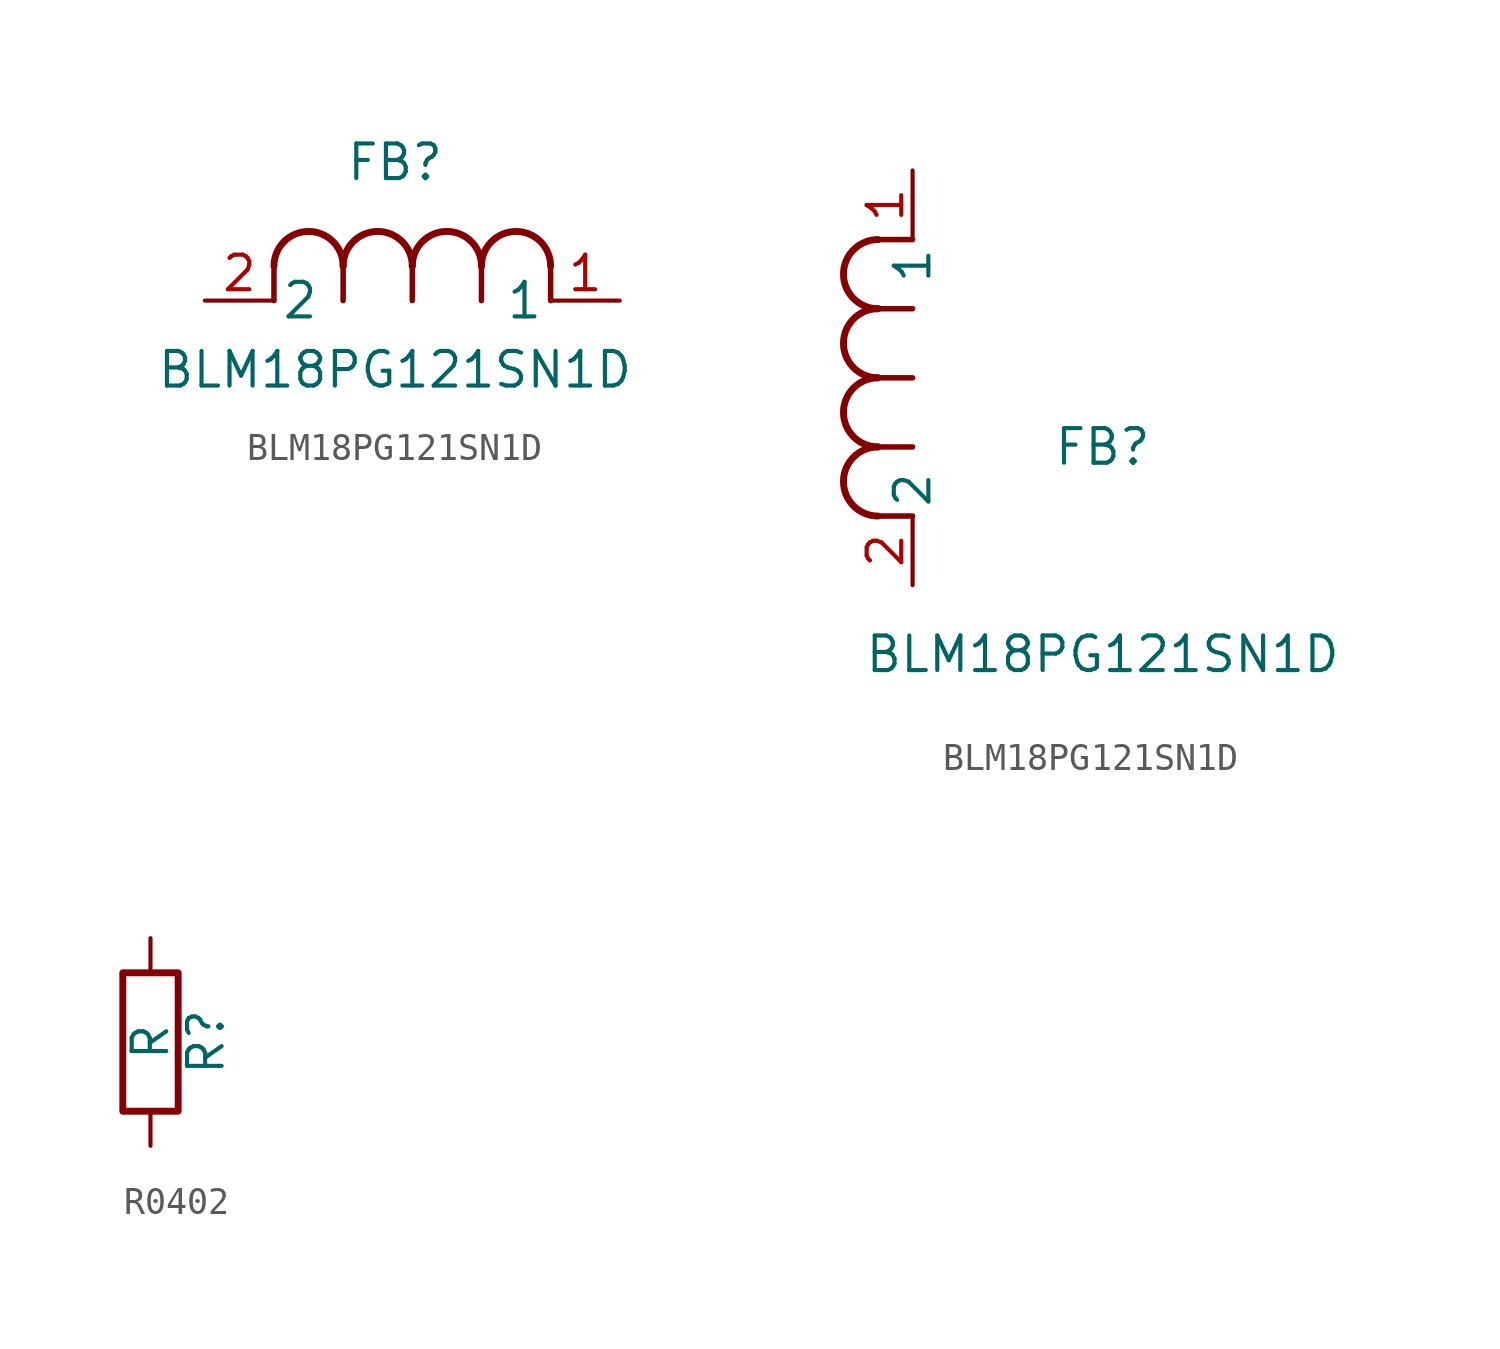
<source format=kicad_sym>
(kicad_symbol_lib
  (version 20231120)
  (generator "kicad_symbol_editor")
  (generator_version "8.0")
  (symbol "BLM18PG121SN1D"
    (pin_names
      (offset 0.254))
    (property "Reference" "FB"
      (at -0.635 5.08 0)
      (effects (font (size 1.27 1.27))))
    (property "Value" "BLM18PG121SN1D"
      (at -0.635 -2.54 0)
      (effects (font (size 1.27 1.27))))
    (symbol "BLM18PG121SN1D_1_1"
      (arc (start -2.54 1.27) (mid -3.81 2.5344) (end -5.08 1.27) (stroke (width 0.254) (type default)) (fill (type none)))
      (polyline (pts (xy -5.08 0) (xy -5.08 1.27)) (stroke (width 0.203) (type default)) (fill (type none)))
      (polyline (pts (xy -2.54 0) (xy -2.54 1.27)) (stroke (width 0.203) (type default)) (fill (type none)))
      (polyline (pts (xy 0 0) (xy 0 1.27)) (stroke (width 0.203) (type default)) (fill (type none)))
      (polyline (pts (xy 2.54 0) (xy 2.54 1.27)) (stroke (width 0.203) (type default)) (fill (type none)))
      (polyline (pts (xy 5.08 0) (xy 5.08 1.27)) (stroke (width 0.203) (type default)) (fill (type none)))
      (arc (start 0 1.27) (mid -1.27 2.5344) (end -2.54 1.27) (stroke (width 0.254) (type default)) (fill (type none)))
      (arc (start 2.54 1.27) (mid 1.27 2.5344) (end 0 1.27) (stroke (width 0.254) (type default)) (fill (type none)))
      (arc (start 5.08 1.27) (mid 3.81 2.5344) (end 2.54 1.27) (stroke (width 0.254) (type default)) (fill (type none)))
      (pin unspecified line (at 7.62 0 180) (length 2.54) (name "1" (effects (font (size 1.27 1.27)))) (number "1" (effects (font (size 1.27 1.27)))))
      (pin unspecified line (at -7.62 0 0) (length 2.54) (name "2" (effects (font (size 1.27 1.27)))) (number "2" (effects (font (size 1.27 1.27))))))
    (symbol "BLM18PG121SN1D_1_2"
      (arc (start -8.89 5.08) (mid -10.1544 3.81) (end -8.89 2.54) (stroke (width 0.254) (type default)) (fill (type none)))
      (arc (start -8.89 7.62) (mid -10.1544 6.35) (end -8.89 5.08) (stroke (width 0.254) (type default)) (fill (type none)))
      (arc (start -8.89 10.16) (mid -10.1544 8.89) (end -8.89 7.62) (stroke (width 0.254) (type default)) (fill (type none)))
      (arc (start -8.89 12.7) (mid -10.1544 11.43) (end -8.89 10.16) (stroke (width 0.254) (type default)) (fill (type none)))
      (polyline (pts (xy -7.62 2.54) (xy -8.89 2.54)) (stroke (width 0.203) (type default)) (fill (type none)))
      (polyline (pts (xy -7.62 5.08) (xy -8.89 5.08)) (stroke (width 0.203) (type default)) (fill (type none)))
      (polyline (pts (xy -7.62 7.62) (xy -8.89 7.62)) (stroke (width 0.203) (type default)) (fill (type none)))
      (polyline (pts (xy -7.62 10.16) (xy -8.89 10.16)) (stroke (width 0.203) (type default)) (fill (type none)))
      (polyline (pts (xy -7.62 12.7) (xy -8.89 12.7)) (stroke (width 0.203) (type default)) (fill (type none)))
      (pin unspecified line (at -7.62 15.24 270) (length 2.54) (name "1" (effects (font (size 1.27 1.27)))) (number "1" (effects (font (size 1.27 1.27)))))
      (pin unspecified line (at -7.62 0 90) (length 2.54) (name "2" (effects (font (size 1.27 1.27)))) (number "2" (effects (font (size 1.27 1.27)))))))
  (symbol "R0402"
    (pin_numbers hide)
    (pin_names
      (offset 0))
    (property "Reference" "R"
      (at 2.032 0 90)
      (effects (font (size 1.27 1.27))))
    (property "Value" "R"
      (at 0 0 90)
      (effects (font (size 1.27 1.27))))
    (symbol "R0402_0_1"
      (rectangle (start -1.016 -2.54) (end 1.016 2.54) (stroke (width 0.254) (type default)) (fill (type none))))
    (symbol "R0402_1_1"
      (pin passive line (at 0 3.81 270) (length 1.27) (name "~" (effects (font (size 1.27 1.27)))) (number "1" (effects (font (size 1.27 1.27)))))
      (pin passive line (at 0 -3.81 90) (length 1.27) (name "~" (effects (font (size 1.27 1.27)))) (number "2" (effects (font (size 1.27 1.27))))))))
</source>
